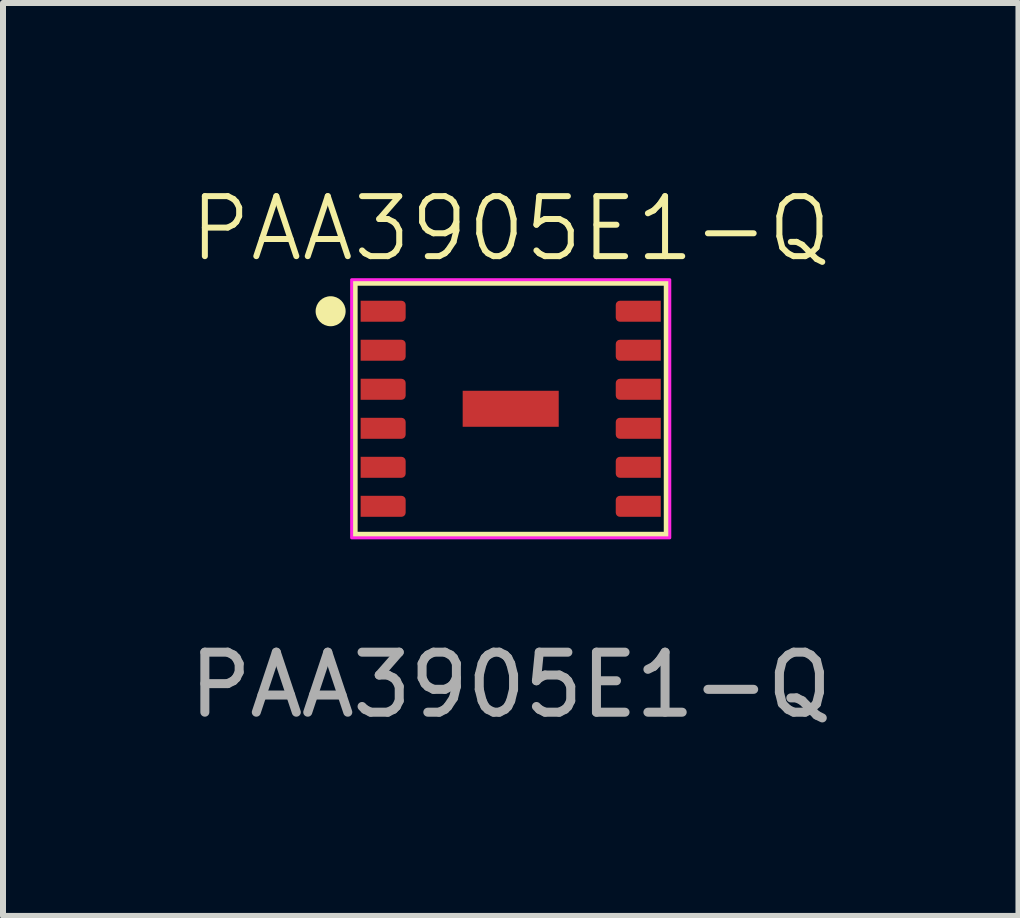
<source format=kicad_pcb>
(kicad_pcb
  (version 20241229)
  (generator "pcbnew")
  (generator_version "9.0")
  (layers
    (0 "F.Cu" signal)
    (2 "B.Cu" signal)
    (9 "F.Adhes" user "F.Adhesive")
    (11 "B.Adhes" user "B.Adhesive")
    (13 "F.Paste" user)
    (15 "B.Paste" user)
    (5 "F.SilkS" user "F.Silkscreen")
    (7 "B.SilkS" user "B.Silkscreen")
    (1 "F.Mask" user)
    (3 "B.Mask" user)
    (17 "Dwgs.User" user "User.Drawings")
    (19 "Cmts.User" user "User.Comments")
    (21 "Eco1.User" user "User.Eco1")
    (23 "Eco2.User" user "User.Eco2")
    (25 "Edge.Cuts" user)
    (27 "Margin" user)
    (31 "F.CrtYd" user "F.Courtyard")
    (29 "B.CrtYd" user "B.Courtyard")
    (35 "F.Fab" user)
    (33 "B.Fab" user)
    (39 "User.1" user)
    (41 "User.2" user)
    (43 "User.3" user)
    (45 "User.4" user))
  (footprint "PAA3905E1-Q"
    (layer "F.Cu")
    (at 5.458 3.76)
    (property "Reference" "PAA3905E1-Q" (at 0 -3 0) (unlocked yes) (layer "F.SilkS") (effects (font (size 1 1) (thickness 0.1))))
    (attr smd)
    (fp_rect (start -2.6 -2.1) (end 2.6 2.1) (stroke (width 0.1) (type default)) (fill no) (layer "F.SilkS"))
    (fp_circle (center -3 -1.625) (end -2.8 -1.625) (stroke (width 0.1) (type solid)) (fill yes) (layer "F.SilkS"))
    (fp_rect (start -2.65 -2.15) (end 2.65 2.15) (stroke (width 0.05) (type default)) (fill no) (layer "F.CrtYd"))
    (fp_text user "${REFERENCE}" (at 0 4.6 0) (unlocked yes) (layer "F.Fab") (effects (font (size 1 1) (thickness 0.15))))
    (pad "1" smd roundrect (at -2.125 -1.625) (size 0.75 0.35) (layers "F.Cu" "F.Mask" "F.Paste") (roundrect_rratio 0.2) (chamfer_ratio 0) (chamfer top_left bottom_left))
    (pad "2" smd roundrect (at -2.125 -0.975) (size 0.75 0.35) (layers "F.Cu" "F.Mask" "F.Paste") (roundrect_rratio 0.2) (chamfer_ratio 0) (chamfer top_left bottom_left))
    (pad "3" smd roundrect (at -2.125 -0.325) (size 0.75 0.35) (layers "F.Cu" "F.Mask" "F.Paste") (roundrect_rratio 0.2) (chamfer_ratio 0) (chamfer top_left bottom_left))
    (pad "4" smd roundrect (at -2.125 0.325) (size 0.75 0.35) (layers "F.Cu" "F.Mask" "F.Paste") (roundrect_rratio 0.2) (chamfer_ratio 0) (chamfer top_left bottom_left))
    (pad "4" smd rect (at 0 0) (size 1.6 0.6) (layers "F.Cu" "F.Mask" "F.Paste"))
    (pad "5" smd roundrect (at -2.125 0.975) (size 0.75 0.35) (layers "F.Cu" "F.Mask" "F.Paste") (roundrect_rratio 0.2) (chamfer_ratio 0) (chamfer top_left bottom_left))
    (pad "6" smd roundrect (at -2.125 1.625) (size 0.75 0.35) (layers "F.Cu" "F.Mask" "F.Paste") (roundrect_rratio 0.2) (chamfer_ratio 0) (chamfer top_left bottom_left))
    (pad "7" smd roundrect (at 2.125 1.625) (size 0.75 0.35) (layers "F.Cu" "F.Mask" "F.Paste") (roundrect_rratio 0.2) (chamfer_ratio 0) (chamfer top_right bottom_right))
    (pad "8" smd roundrect (at 2.125 0.975) (size 0.75 0.35) (layers "F.Cu" "F.Mask" "F.Paste") (roundrect_rratio 0.2) (chamfer_ratio 0) (chamfer top_right bottom_right))
    (pad "9" smd roundrect (at 2.125 0.325) (size 0.75 0.35) (layers "F.Cu" "F.Mask" "F.Paste") (roundrect_rratio 0.2) (chamfer_ratio 0) (chamfer top_right bottom_right))
    (pad "10" smd roundrect (at 2.125 -0.325) (size 0.75 0.35) (layers "F.Cu" "F.Mask" "F.Paste") (roundrect_rratio 0.2) (chamfer_ratio 0) (chamfer top_right bottom_right))
    (pad "11" smd roundrect (at 2.125 -0.975) (size 0.75 0.35) (layers "F.Cu" "F.Mask" "F.Paste") (roundrect_rratio 0.2) (chamfer_ratio 0) (chamfer top_right bottom_right))
    (pad "12" smd roundrect (at 2.125 -1.625) (size 0.75 0.35) (layers "F.Cu" "F.Mask" "F.Paste") (roundrect_rratio 0.2) (chamfer_ratio 0) (chamfer top_right bottom_right)))
  (gr_rect
    (start -3 -3)
    (end 13.917 12.209)
    (stroke (width 0.1) (type default))
    (fill no)
    (layer "Edge.Cuts")))
</source>
